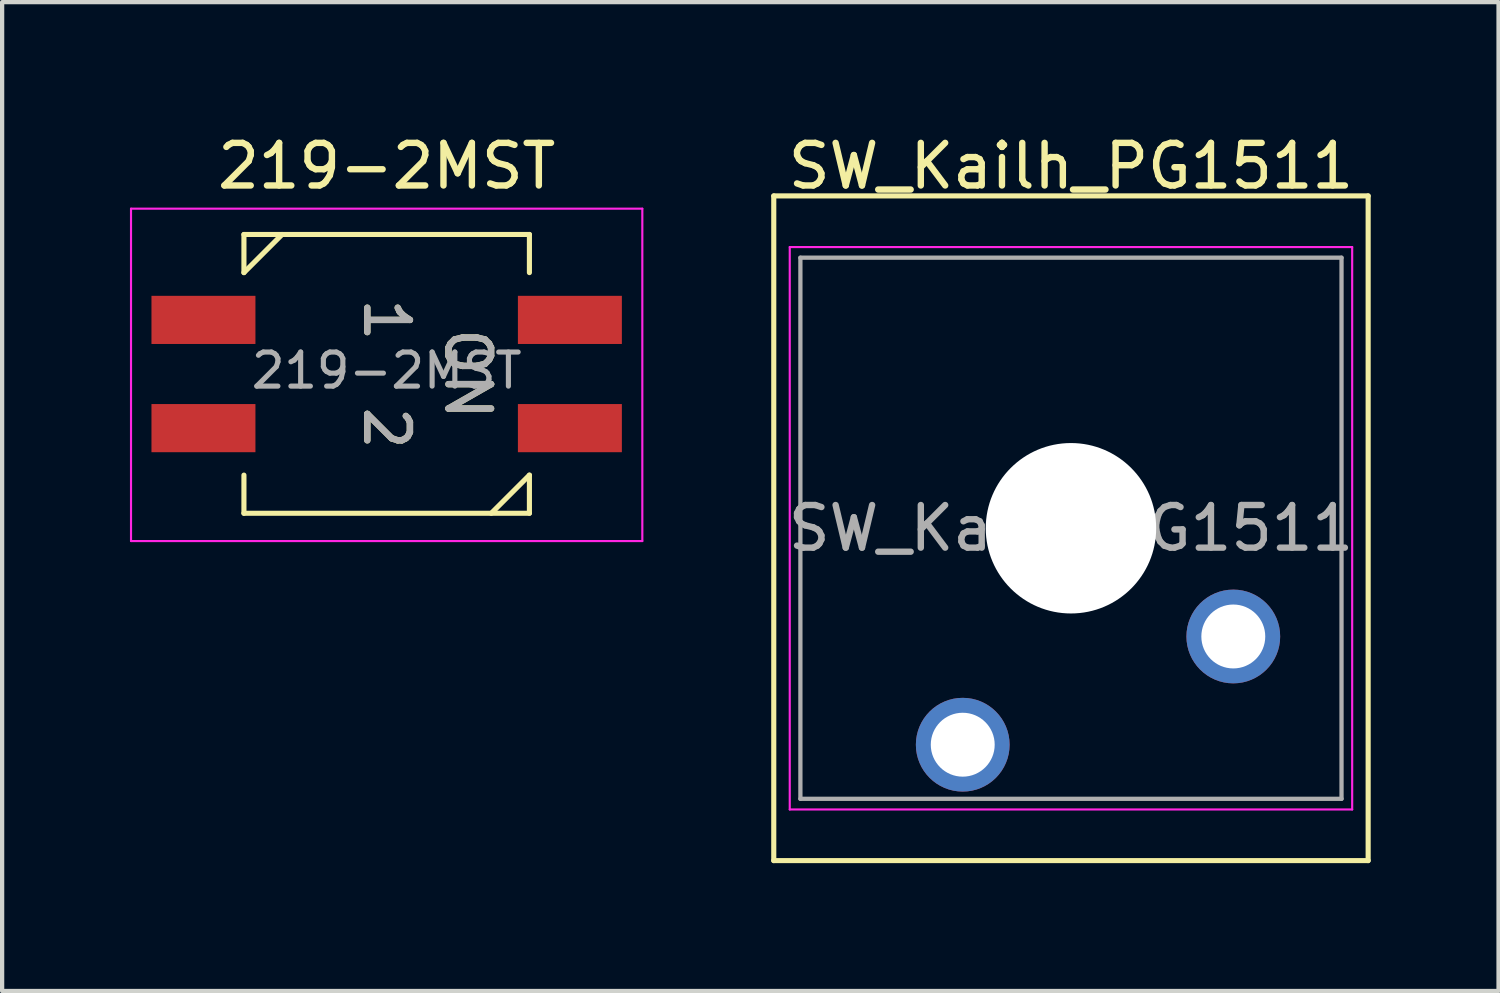
<source format=kicad_pcb>
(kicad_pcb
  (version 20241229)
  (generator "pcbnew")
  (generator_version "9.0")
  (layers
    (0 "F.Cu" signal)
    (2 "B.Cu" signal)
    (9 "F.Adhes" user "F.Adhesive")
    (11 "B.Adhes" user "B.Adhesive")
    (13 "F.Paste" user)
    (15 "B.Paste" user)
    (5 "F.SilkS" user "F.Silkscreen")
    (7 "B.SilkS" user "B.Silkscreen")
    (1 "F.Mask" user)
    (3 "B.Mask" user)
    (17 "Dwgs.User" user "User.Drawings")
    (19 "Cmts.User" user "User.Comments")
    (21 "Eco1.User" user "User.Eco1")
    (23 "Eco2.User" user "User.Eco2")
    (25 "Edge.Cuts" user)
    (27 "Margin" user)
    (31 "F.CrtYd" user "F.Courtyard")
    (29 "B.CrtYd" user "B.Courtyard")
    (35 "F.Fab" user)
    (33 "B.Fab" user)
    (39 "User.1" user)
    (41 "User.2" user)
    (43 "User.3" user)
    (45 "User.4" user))
  (footprint "219-2MST"
    (layer "F.Cu")
    (at 6.025 5.748)
    (property "Reference" "219-2MST" (at 0 -4.9 0) (layer "F.SilkS") (effects (font (size 1 1) (thickness 0.15))))
    (attr smd)
    (fp_line (start -3.35 -3.295) (end -3.35 -2.4) (stroke (width 0.12) (type solid)) (layer "F.SilkS"))
    (fp_line (start -3.35 -3.295) (end 3.35 -3.295) (stroke (width 0.12) (type solid)) (layer "F.SilkS"))
    (fp_line (start -3.35 -2.4) (end -2.455 -3.295) (stroke (width 0.12) (type solid)) (layer "F.SilkS"))
    (fp_line (start -3.35 3.248) (end -3.35 2.353) (stroke (width 0.12) (type solid)) (layer "F.SilkS"))
    (fp_line (start 3.35 -3.295) (end 3.35 -2.4) (stroke (width 0.12) (type solid)) (layer "F.SilkS"))
    (fp_line (start 3.35 2.353) (end 2.455 3.248) (stroke (width 0.12) (type solid)) (layer "F.SilkS"))
    (fp_line (start 3.35 3.248) (end -3.35 3.248) (stroke (width 0.12) (type solid)) (layer "F.SilkS"))
    (fp_line (start 3.35 3.248) (end 3.35 2.353) (stroke (width 0.12) (type solid)) (layer "F.SilkS"))
    (fp_line (start -6 -3.9) (end -6 3.9) (stroke (width 0.05) (type solid)) (layer "F.CrtYd"))
    (fp_line (start -6 3.9) (end 6 3.9) (stroke (width 0.05) (type solid)) (layer "F.CrtYd"))
    (fp_line (start 6 -3.9) (end -6 -3.9) (stroke (width 0.05) (type solid)) (layer "F.CrtYd"))
    (fp_line (start 6 3.9) (end 6 -3.9) (stroke (width 0.05) (type solid)) (layer "F.CrtYd"))
    (fp_text user "ON" (at 1.905 -0.02 270) (unlocked yes) (layer "F.SilkS") (effects (font (size 1 1) (thickness 0.15))))
    (fp_text user "2" (at 0 1.25 270) (unlocked yes) (layer "F.SilkS") (effects (font (size 1 1) (thickness 0.15))))
    (fp_text user "1" (at 0 -1.29 270) (unlocked yes) (layer "F.SilkS") (effects (font (size 1 1) (thickness 0.15))))
    (fp_text user "2" (at 0 1.25 270) (unlocked yes) (layer "F.Fab") (effects (font (size 1 1) (thickness 0.15))))
    (fp_text user "ON" (at 1.905 -0.02 270) (unlocked yes) (layer "F.Fab") (effects (font (size 1 1) (thickness 0.15))))
    (fp_text user "1" (at 0 -1.29 270) (unlocked yes) (layer "F.Fab") (effects (font (size 1 1) (thickness 0.15))))
    (fp_text user "${REFERENCE}" (at 0 -0.1 0) (layer "F.Fab") (effects (font (size 0.8 0.8) (thickness 0.12))))
    (pad "1" smd rect (at -4.3 -1.29) (size 2.44 1.13) (layers "F.Cu" "F.Mask" "F.Paste"))
    (pad "2" smd rect (at -4.3 1.25) (size 2.44 1.13) (layers "F.Cu" "F.Mask" "F.Paste"))
    (pad "3" smd rect (at 4.3 1.25) (size 2.44 1.13) (layers "F.Cu" "F.Mask" "F.Paste"))
    (pad "4" smd rect (at 4.3 -1.29) (size 2.44 1.13) (layers "F.Cu" "F.Mask" "F.Paste")))
  (footprint "SW_Kailh_PG1511"
    (layer "F.Cu")
    (at 22.085 9.348)
    (property "Reference" "SW_Kailh_PG1511" (at 0 -8.5 180) (layer "F.SilkS") (effects (font (size 1 1) (thickness 0.15))))
    (attr through_hole)
    (fp_line (start -6.975 -7.8) (end 6.975 -7.8) (stroke (width 0.12) (type solid)) (layer "F.SilkS"))
    (fp_line (start -6.975 7.8) (end -6.975 -7.8) (stroke (width 0.12) (type solid)) (layer "F.SilkS"))
    (fp_line (start 6.975 -7.8) (end 6.975 7.8) (stroke (width 0.12) (type solid)) (layer "F.SilkS"))
    (fp_line (start 6.975 7.8) (end -6.975 7.8) (stroke (width 0.12) (type solid)) (layer "F.SilkS"))
    (fp_line (start -6.6 -6.6) (end 6.6 -6.6) (stroke (width 0.05) (type solid)) (layer "F.CrtYd"))
    (fp_line (start -6.6 6.6) (end -6.6 -6.6) (stroke (width 0.05) (type solid)) (layer "F.CrtYd"))
    (fp_line (start 6.6 -6.6) (end 6.6 6.6) (stroke (width 0.05) (type solid)) (layer "F.CrtYd"))
    (fp_line (start 6.6 6.6) (end -6.6 6.6) (stroke (width 0.05) (type solid)) (layer "F.CrtYd"))
    (fp_line (start -6.35 -6.35) (end 6.35 -6.35) (stroke (width 0.1) (type solid)) (layer "F.Fab"))
    (fp_line (start -6.35 6.35) (end -6.35 -6.35) (stroke (width 0.1) (type solid)) (layer "F.Fab"))
    (fp_line (start 6.35 -6.35) (end 6.35 6.35) (stroke (width 0.1) (type solid)) (layer "F.Fab"))
    (fp_line (start 6.35 6.35) (end -6.35 6.35) (stroke (width 0.1) (type solid)) (layer "F.Fab"))
    (fp_text user "${REFERENCE}" (at 0 0 180) (layer "F.Fab") (effects (font (size 1 1) (thickness 0.15))))
    (pad "" np_thru_hole circle (at 0 0 180) (size 4 4) (drill 4) (layers "*.Cu" "*.Mask"))
    (pad "1" thru_hole circle (at -2.54 5.08 180) (size 2.2 2.2) (drill 1.5) (layers "*.Cu" "*.Mask"))
    (pad "2" thru_hole circle (at 3.81 2.54 180) (size 2.2 2.2) (drill 1.5) (layers "*.Cu" "*.Mask")))
  (gr_rect
    (start -3 -3)
    (end 32.12 20.208)
    (stroke (width 0.1) (type default))
    (fill no)
    (layer "Edge.Cuts")))
</source>
